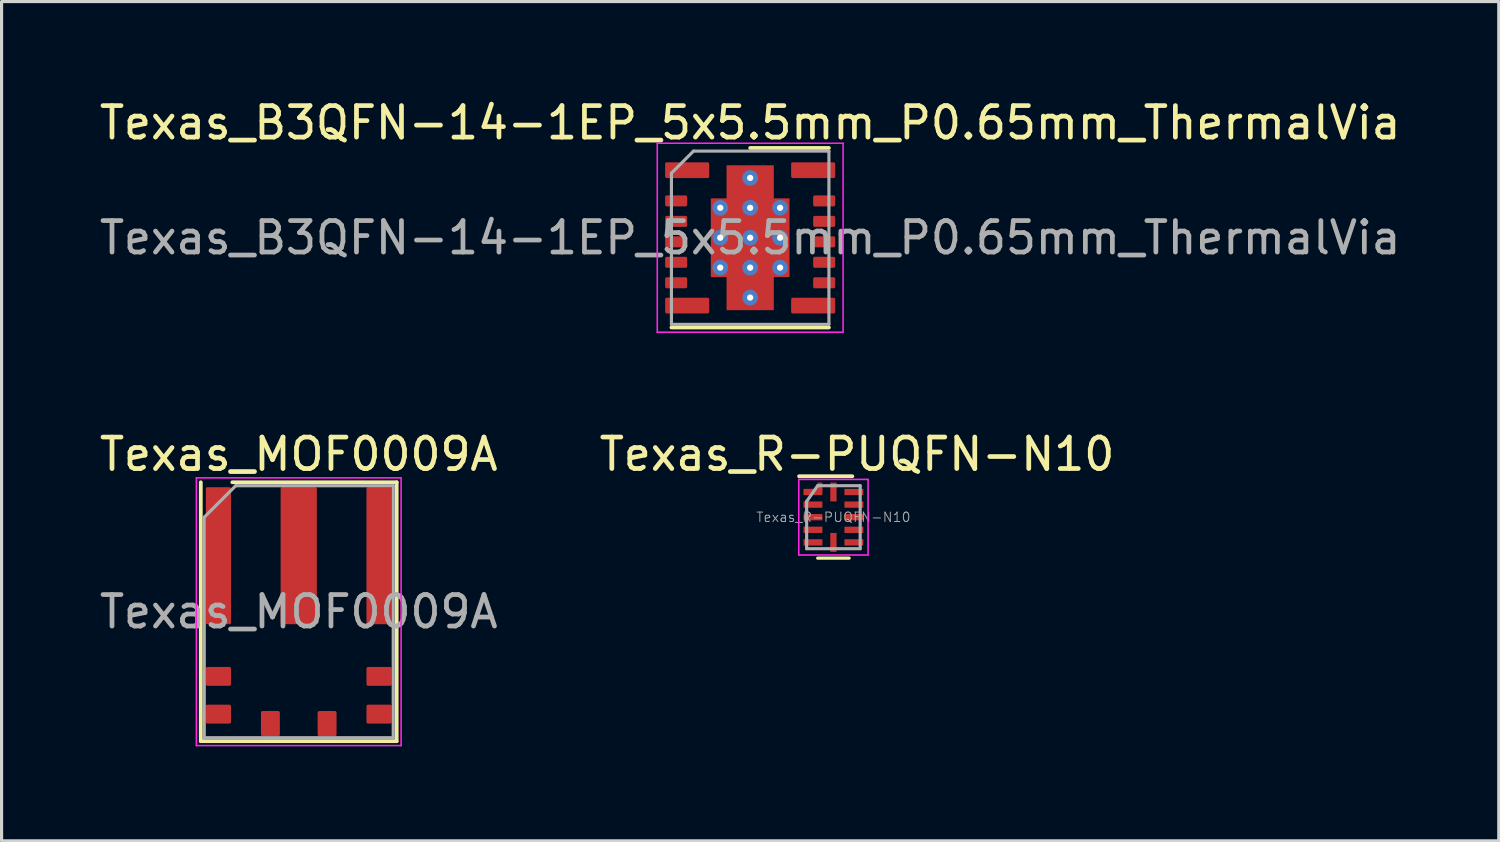
<source format=kicad_pcb>
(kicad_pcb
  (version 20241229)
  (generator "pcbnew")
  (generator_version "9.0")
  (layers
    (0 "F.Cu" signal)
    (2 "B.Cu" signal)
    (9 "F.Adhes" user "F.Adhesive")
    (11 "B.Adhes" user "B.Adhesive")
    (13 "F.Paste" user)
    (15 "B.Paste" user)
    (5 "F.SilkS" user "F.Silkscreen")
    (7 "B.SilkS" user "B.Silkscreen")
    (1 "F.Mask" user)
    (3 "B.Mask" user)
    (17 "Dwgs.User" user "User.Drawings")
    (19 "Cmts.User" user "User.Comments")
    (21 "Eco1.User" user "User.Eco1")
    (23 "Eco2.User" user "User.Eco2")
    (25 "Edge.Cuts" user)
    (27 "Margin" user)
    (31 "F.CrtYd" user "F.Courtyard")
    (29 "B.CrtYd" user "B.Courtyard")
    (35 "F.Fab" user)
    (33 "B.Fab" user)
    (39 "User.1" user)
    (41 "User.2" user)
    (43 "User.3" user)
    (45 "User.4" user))
  (footprint "Texas_MOF0009A"
    (layer "F.Cu")
    (at 6.435 16.372)
    (property "Reference" "Texas_MOF0009A" (at 0 -5 0) (layer "F.SilkS") (effects (font (size 1 1) (thickness 0.15))))
    (attr smd)
    (fp_line (start -3.11 4.11) (end -3.11 -4.11) (stroke (width 0.12) (type solid)) (layer "F.SilkS"))
    (fp_line (start -2.11 -4.11) (end 3.11 -4.11) (stroke (width 0.12) (type solid)) (layer "F.SilkS"))
    (fp_line (start 3.11 -4.11) (end 3.11 4.11) (stroke (width 0.12) (type solid)) (layer "F.SilkS"))
    (fp_line (start 3.11 4.11) (end -3.11 4.11) (stroke (width 0.12) (type solid)) (layer "F.SilkS"))
    (fp_line (start -3.25 -4.25) (end 3.25 -4.25) (stroke (width 0.05) (type solid)) (layer "F.CrtYd"))
    (fp_line (start -3.25 4.25) (end -3.25 -4.25) (stroke (width 0.05) (type solid)) (layer "F.CrtYd"))
    (fp_line (start 3.25 -4.25) (end 3.25 4.25) (stroke (width 0.05) (type solid)) (layer "F.CrtYd"))
    (fp_line (start 3.25 4.25) (end -3.25 4.25) (stroke (width 0.05) (type solid)) (layer "F.CrtYd"))
    (fp_line (start -3 4) (end -3 -3) (stroke (width 0.1) (type solid)) (layer "F.Fab"))
    (fp_line (start -2 -4) (end -3 -3) (stroke (width 0.1) (type solid)) (layer "F.Fab"))
    (fp_line (start -2 -4) (end 3 -4) (stroke (width 0.1) (type solid)) (layer "F.Fab"))
    (fp_line (start 3 -4) (end 3 4) (stroke (width 0.1) (type solid)) (layer "F.Fab"))
    (fp_line (start 3 4) (end -3 4) (stroke (width 0.1) (type solid)) (layer "F.Fab"))
    (fp_text user "${REFERENCE}" (at 0 0 0) (layer "F.Fab") (effects (font (size 1 1) (thickness 0.15))))
    (pad "" smd roundrect (at -2.55 -3.558) (size 0.8 0.69) (layers "F.Paste") (roundrect_rratio 0.085))
    (pad "" smd roundrect (at -2.55 -2.667) (size 0.8 0.69) (layers "F.Paste") (roundrect_rratio 0.085))
    (pad "" smd roundrect (at -2.55 -1.778) (size 0.8 0.69) (layers "F.Paste") (roundrect_rratio 0.085))
    (pad "" smd roundrect (at -2.55 -0.887) (size 0.8 0.69) (layers "F.Paste") (roundrect_rratio 0.085))
    (pad "" smd roundrect (at -2.55 0.003) (size 0.8 0.69) (layers "F.Paste") (roundrect_rratio 0.085))
    (pad "" smd roundrect (at 0 -3.558) (size 1.15 0.69) (layers "F.Paste") (roundrect_rratio 0.085))
    (pad "" smd roundrect (at 0 -2.667) (size 1.15 0.69) (layers "F.Paste") (roundrect_rratio 0.085))
    (pad "" smd roundrect (at 0 -1.778) (size 1.15 0.69) (layers "F.Paste") (roundrect_rratio 0.085))
    (pad "" smd roundrect (at 0 -0.887) (size 1.15 0.69) (layers "F.Paste") (roundrect_rratio 0.085))
    (pad "" smd roundrect (at 0 0.003) (size 1.15 0.69) (layers "F.Paste") (roundrect_rratio 0.085))
    (pad "" smd roundrect (at 2.55 -3.558) (size 0.8 0.69) (layers "F.Paste") (roundrect_rratio 0.085))
    (pad "" smd roundrect (at 2.55 -2.667) (size 0.8 0.69) (layers "F.Paste") (roundrect_rratio 0.085))
    (pad "" smd roundrect (at 2.55 -1.778) (size 0.8 0.69) (layers "F.Paste") (roundrect_rratio 0.085))
    (pad "" smd roundrect (at 2.55 -0.887) (size 0.8 0.69) (layers "F.Paste") (roundrect_rratio 0.085))
    (pad "" smd roundrect (at 2.55 0.003) (size 0.8 0.69) (layers "F.Paste") (roundrect_rratio 0.085))
    (pad "1" smd roundrect (at -2.55 -1.778) (size 0.8 4.35) (layers "F.Cu" "F.Mask") (roundrect_rratio 0.063))
    (pad "2" smd roundrect (at -2.55 2.053) (size 0.8 0.6) (layers "F.Cu" "F.Mask" "F.Paste") (roundrect_rratio 0.084))
    (pad "3" smd roundrect (at -2.55 3.252) (size 0.8 0.6) (layers "F.Cu" "F.Mask" "F.Paste") (roundrect_rratio 0.084))
    (pad "4" smd roundrect (at -0.9 3.553) (size 0.6 0.8) (layers "F.Cu" "F.Mask" "F.Paste") (roundrect_rratio 0.084))
    (pad "5" smd roundrect (at 0.9 3.553) (size 0.6 0.8) (layers "F.Cu" "F.Mask" "F.Paste") (roundrect_rratio 0.084))
    (pad "6" smd roundrect (at 2.55 3.252) (size 0.8 0.6) (layers "F.Cu" "F.Mask" "F.Paste") (roundrect_rratio 0.084))
    (pad "7" smd roundrect (at 2.55 2.053) (size 0.8 0.6) (layers "F.Cu" "F.Mask" "F.Paste") (roundrect_rratio 0.084))
    (pad "8" smd roundrect (at 2.55 -1.778) (size 0.8 4.35) (layers "F.Cu" "F.Mask") (roundrect_rratio 0.063))
    (pad "9" smd roundrect (at 0 -1.778) (size 1.15 4.35) (layers "F.Cu" "F.Mask") (roundrect_rratio 0.044)))
  (footprint "Texas_R-PUQFN-N10"
    (layer "F.Cu")
    (at 23.411 13.371)
    (property "Reference" "Texas_R-PUQFN-N10" (at 0.75 -2 0) (layer "F.SilkS") (effects (font (size 1 1) (thickness 0.15))))
    (attr smd)
    (fp_line (start 0.5 1.3) (end -0.5 1.3) (stroke (width 0.1) (type solid)) (layer "F.SilkS"))
    (fp_line (start 0.6 -1.3) (end -1.09 -1.3) (stroke (width 0.12) (type solid)) (layer "F.SilkS"))
    (fp_line (start -1.1 -1.2) (end 1.1 -1.2) (stroke (width 0.05) (type solid)) (layer "F.CrtYd"))
    (fp_line (start -1.1 1.2) (end -1.1 -1.2) (stroke (width 0.05) (type solid)) (layer "F.CrtYd"))
    (fp_line (start 1.1 -1.2) (end 1.1 1.2) (stroke (width 0.05) (type solid)) (layer "F.CrtYd"))
    (fp_line (start 1.1 1.2) (end -1.1 1.2) (stroke (width 0.05) (type solid)) (layer "F.CrtYd"))
    (fp_line (start -0.85 1) (end -0.85 -0.5) (stroke (width 0.1) (type solid)) (layer "F.Fab"))
    (fp_line (start -0.5 -1) (end -0.85 -0.5) (stroke (width 0.1) (type solid)) (layer "F.Fab"))
    (fp_line (start -0.5 -1) (end 0.85 -1) (stroke (width 0.1) (type solid)) (layer "F.Fab"))
    (fp_line (start 0.85 -1) (end 0.85 1) (stroke (width 0.1) (type solid)) (layer "F.Fab"))
    (fp_line (start 0.85 1) (end -0.85 1) (stroke (width 0.1) (type solid)) (layer "F.Fab"))
    (fp_text user "${REFERENCE}" (at 0 0 0) (layer "F.Fab") (effects (font (size 0.3 0.3) (thickness 0.03))))
    (pad "1" smd rect (at -0.65 -0.8 270) (size 0.2 0.6) (layers "F.Cu" "F.Mask" "F.Paste"))
    (pad "1" smd rect (at -0.425 -0.975) (size 0.15 0.25) (layers "F.Cu" "F.Mask" "F.Paste"))
    (pad "2" smd rect (at -0.65 -0.4 270) (size 0.2 0.6) (layers "F.Cu" "F.Mask" "F.Paste"))
    (pad "3" smd rect (at -0.65 0 270) (size 0.2 0.6) (layers "F.Cu" "F.Mask" "F.Paste"))
    (pad "4" smd rect (at -0.65 0.4 270) (size 0.2 0.6) (layers "F.Cu" "F.Mask" "F.Paste"))
    (pad "5" smd rect (at -0.65 0.8 270) (size 0.2 0.6) (layers "F.Cu" "F.Mask" "F.Paste"))
    (pad "6" smd rect (at 0 0.8 270) (size 0.6 0.2) (layers "F.Cu" "F.Mask" "F.Paste"))
    (pad "7" smd rect (at 0.65 0.8 270) (size 0.2 0.6) (layers "F.Cu" "F.Mask" "F.Paste"))
    (pad "8" smd rect (at 0.65 0.4 270) (size 0.2 0.6) (layers "F.Cu" "F.Mask" "F.Paste"))
    (pad "9" smd rect (at 0.65 0 270) (size 0.2 0.6) (layers "F.Cu" "F.Mask" "F.Paste"))
    (pad "10" smd rect (at 0.65 -0.4 270) (size 0.2 0.6) (layers "F.Cu" "F.Mask" "F.Paste"))
    (pad "11" smd rect (at 0.65 -0.8 270) (size 0.2 0.6) (layers "F.Cu" "F.Mask" "F.Paste"))
    (pad "12" smd rect (at 0 -0.8 270) (size 0.6 0.2) (layers "F.Cu" "F.Mask" "F.Paste")))
  (footprint "Texas_B3QFN-14-1EP_5x5.5mm_P0.65mm_ThermalVia"
    (layer "F.Cu")
    (at 20.768 4.498)
    (property "Reference" "Texas_B3QFN-14-1EP_5x5.5mm_P0.65mm_ThermalVia" (at 0 -3.65 0) (layer "F.SilkS") (effects (font (size 1 1) (thickness 0.15))))
    (attr smd)
    (fp_line (start 2.5 -2.85) (end 0 -2.85) (stroke (width 0.12) (type solid)) (layer "F.SilkS"))
    (fp_line (start 2.5 2.85) (end -2.5 2.85) (stroke (width 0.12) (type solid)) (layer "F.SilkS"))
    (fp_line (start -2.95 -3) (end 2.95 -3) (stroke (width 0.05) (type solid)) (layer "F.CrtYd"))
    (fp_line (start -2.95 3) (end -2.95 -3) (stroke (width 0.05) (type solid)) (layer "F.CrtYd"))
    (fp_line (start 2.95 -3) (end 2.95 3) (stroke (width 0.05) (type solid)) (layer "F.CrtYd"))
    (fp_line (start 2.95 3) (end -2.95 3) (stroke (width 0.05) (type solid)) (layer "F.CrtYd"))
    (fp_line (start -2.5 2.75) (end -2.5 -2.05) (stroke (width 0.1) (type solid)) (layer "F.Fab"))
    (fp_line (start -1.8 -2.75) (end -2.5 -2.05) (stroke (width 0.1) (type solid)) (layer "F.Fab"))
    (fp_line (start -1.8 -2.75) (end 2.5 -2.75) (stroke (width 0.1) (type solid)) (layer "F.Fab"))
    (fp_line (start 2.5 -2.75) (end 2.5 2.75) (stroke (width 0.1) (type solid)) (layer "F.Fab"))
    (fp_line (start 2.5 2.75) (end -2.5 2.75) (stroke (width 0.1) (type solid)) (layer "F.Fab"))
    (fp_text user "${REFERENCE}" (at 0 0 0) (layer "F.Fab") (effects (font (size 1 1) (thickness 0.15))))
    (pad "" smd roundrect (at -0.625 -0.475) (size 0.95 0.65) (layers "F.Paste") (roundrect_rratio 0.077))
    (pad "" smd roundrect (at -0.625 0.475) (size 0.95 0.65) (layers "F.Paste") (roundrect_rratio 0.077))
    (pad "" smd roundrect (at -0.425 -1.675) (size 0.6 1.15) (layers "F.Paste") (roundrect_rratio 0.083))
    (pad "" smd roundrect (at -0.425 1.675) (size 0.6 1.15) (layers "F.Paste") (roundrect_rratio 0.083))
    (pad "" smd roundrect (at 0.425 -1.675) (size 0.6 1.15) (layers "F.Paste") (roundrect_rratio 0.083))
    (pad "" smd roundrect (at 0.425 1.675) (size 0.6 1.15) (layers "F.Paste") (roundrect_rratio 0.083))
    (pad "" smd roundrect (at 0.625 -0.475) (size 0.95 0.65) (layers "F.Paste") (roundrect_rratio 0.077))
    (pad "" smd roundrect (at 0.625 0.475) (size 0.95 0.65) (layers "F.Paste") (roundrect_rratio 0.077))
    (pad "1" smd roundrect (at -2 -2.145) (size 1.4 0.5) (layers "F.Cu" "F.Mask" "F.Paste") (roundrect_rratio 0.1))
    (pad "2" smd roundrect (at -2.35 -1.17) (size 0.7 0.35) (layers "F.Cu" "F.Mask" "F.Paste") (roundrect_rratio 0.143))
    (pad "3" smd roundrect (at -2.35 -0.52) (size 0.7 0.35) (layers "F.Cu" "F.Mask" "F.Paste") (roundrect_rratio 0.143))
    (pad "4" smd roundrect (at -2.35 0.13) (size 0.7 0.35) (layers "F.Cu" "F.Mask" "F.Paste") (roundrect_rratio 0.143))
    (pad "5" smd roundrect (at -2.35 0.78) (size 0.7 0.35) (layers "F.Cu" "F.Mask" "F.Paste") (roundrect_rratio 0.143))
    (pad "6" smd roundrect (at -2.35 1.43) (size 0.7 0.35) (layers "F.Cu" "F.Mask" "F.Paste") (roundrect_rratio 0.143))
    (pad "7" smd roundrect (at -2 2.155) (size 1.4 0.5) (layers "F.Cu" "F.Mask" "F.Paste") (roundrect_rratio 0.1))
    (pad "8" smd roundrect (at 2 2.155) (size 1.4 0.5) (layers "F.Cu" "F.Mask" "F.Paste") (roundrect_rratio 0.1))
    (pad "9" smd roundrect (at 2.35 1.43) (size 0.7 0.35) (layers "F.Cu" "F.Mask" "F.Paste") (roundrect_rratio 0.143))
    (pad "10" smd roundrect (at 2.35 0.78) (size 0.7 0.35) (layers "F.Cu" "F.Mask" "F.Paste") (roundrect_rratio 0.143))
    (pad "11" smd roundrect (at 2.35 0.13) (size 0.7 0.35) (layers "F.Cu" "F.Mask" "F.Paste") (roundrect_rratio 0.143))
    (pad "12" smd roundrect (at 2.35 -0.52) (size 0.7 0.35) (layers "F.Cu" "F.Mask" "F.Paste") (roundrect_rratio 0.143))
    (pad "13" smd roundrect (at 2.35 -1.17) (size 0.7 0.35) (layers "F.Cu" "F.Mask" "F.Paste") (roundrect_rratio 0.143))
    (pad "14" smd roundrect (at 2 -2.145) (size 1.4 0.5) (layers "F.Cu" "F.Mask" "F.Paste") (roundrect_rratio 0.1))
    (pad "15" thru_hole circle (at -0.95 -0.95) (size 0.5 0.5) (drill 0.2) (layers "*.Cu" "*.Mask"))
    (pad "15" thru_hole circle (at -0.95 0) (size 0.5 0.5) (drill 0.2) (layers "*.Cu" "*.Mask"))
    (pad "15" thru_hole circle (at -0.95 0.95) (size 0.5 0.5) (drill 0.2) (layers "*.Cu" "*.Mask"))
    (pad "15" thru_hole circle (at 0 -1.9) (size 0.5 0.5) (drill 0.2) (layers "*.Cu" "*.Mask"))
    (pad "15" thru_hole circle (at 0 -0.95) (size 0.5 0.5) (drill 0.2) (layers "*.Cu" "*.Mask"))
    (pad "15" thru_hole circle (at 0 0) (size 0.5 0.5) (drill 0.2) (layers "*.Cu" "*.Mask"))
    (pad "15" smd custom (at 0 0) (size 2.5 2.5) (layers "F.Cu" "F.Mask") (options (anchor rect)) (primitives (gr_poly (pts (xy -0.75 -1.25) (xy -0.75 -2.3) (xy 0.75 -2.3) (xy 0.75 -1.25)) (width 0) (fill yes)) (gr_poly (pts (xy -0.75 1.25) (xy -0.75 2.3) (xy 0.75 2.3) (xy 0.75 1.25)) (width 0) (fill yes))))
    (pad "15" thru_hole circle (at 0 0.95) (size 0.5 0.5) (drill 0.2) (layers "*.Cu" "*.Mask"))
    (pad "15" thru_hole circle (at 0 1.9) (size 0.5 0.5) (drill 0.2) (layers "*.Cu" "*.Mask"))
    (pad "15" thru_hole circle (at 0.95 -0.95) (size 0.5 0.5) (drill 0.2) (layers "*.Cu" "*.Mask"))
    (pad "15" thru_hole circle (at 0.95 0) (size 0.5 0.5) (drill 0.2) (layers "*.Cu" "*.Mask"))
    (pad "15" thru_hole circle (at 0.95 0.95) (size 0.5 0.5) (drill 0.2) (layers "*.Cu" "*.Mask")))
  (gr_rect
    (start -3 -3)
    (end 44.536 23.646)
    (stroke (width 0.1) (type default))
    (fill no)
    (layer "Edge.Cuts")))
</source>
